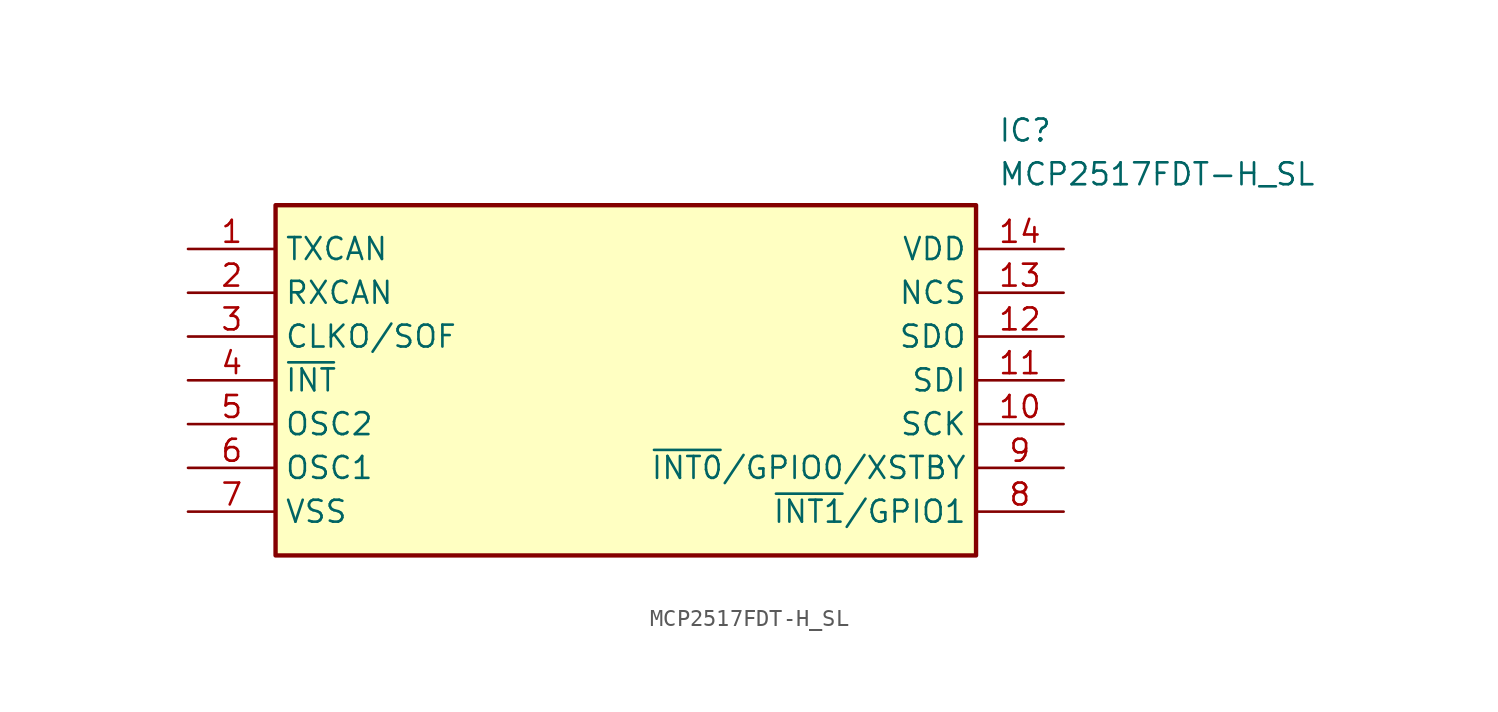
<source format=kicad_sym>
(kicad_symbol_lib
  (version 20211014)
  (generator SamacSys_ECAD_Model)
  (symbol "MCP2517FDT-H_SL"
    (property "Reference" "IC"
      (at 46.99 7.62 0)
      (effects (font (size 1.27 1.27)) (justify left top)))
    (property "Value" "MCP2517FDT-H_SL"
      (at 46.99 5.08 0)
      (effects (font (size 1.27 1.27)) (justify left top)))
    (rectangle
      (start 5.08 2.54)
      (end 45.72 -17.78)
      (stroke (width 0.254) (type default))
      (fill (type background)))
    (pin passive line
      (at 0 0 0)
      (length 5.08)
      (name "TXCAN" (effects (font (size 1.27 1.27))))
      (number "1" (effects (font (size 1.27 1.27)))))
    (pin passive line
      (at 0 -2.54 0)
      (length 5.08)
      (name "RXCAN" (effects (font (size 1.27 1.27))))
      (number "2" (effects (font (size 1.27 1.27)))))
    (pin passive line
      (at 0 -5.08 0)
      (length 5.08)
      (name "CLKO/SOF" (effects (font (size 1.27 1.27))))
      (number "3" (effects (font (size 1.27 1.27)))))
    (pin passive line
      (at 0 -7.62 0)
      (length 5.08)
      (name "~{INT}" (effects (font (size 1.27 1.27))))
      (number "4" (effects (font (size 1.27 1.27)))))
    (pin passive line
      (at 0 -10.16 0)
      (length 5.08)
      (name "OSC2" (effects (font (size 1.27 1.27))))
      (number "5" (effects (font (size 1.27 1.27)))))
    (pin passive line
      (at 0 -12.7 0)
      (length 5.08)
      (name "OSC1" (effects (font (size 1.27 1.27))))
      (number "6" (effects (font (size 1.27 1.27)))))
    (pin passive line
      (at 0 -15.24 0)
      (length 5.08)
      (name "VSS" (effects (font (size 1.27 1.27))))
      (number "7" (effects (font (size 1.27 1.27)))))
    (pin passive line
      (at 50.8 0 180)
      (length 5.08)
      (name "VDD" (effects (font (size 1.27 1.27))))
      (number "14" (effects (font (size 1.27 1.27)))))
    (pin passive line
      (at 50.8 -2.54 180)
      (length 5.08)
      (name "NCS" (effects (font (size 1.27 1.27))))
      (number "13" (effects (font (size 1.27 1.27)))))
    (pin passive line
      (at 50.8 -5.08 180)
      (length 5.08)
      (name "SDO" (effects (font (size 1.27 1.27))))
      (number "12" (effects (font (size 1.27 1.27)))))
    (pin passive line
      (at 50.8 -7.62 180)
      (length 5.08)
      (name "SDI" (effects (font (size 1.27 1.27))))
      (number "11" (effects (font (size 1.27 1.27)))))
    (pin passive line
      (at 50.8 -10.16 180)
      (length 5.08)
      (name "SCK" (effects (font (size 1.27 1.27))))
      (number "10" (effects (font (size 1.27 1.27)))))
    (pin passive line
      (at 50.8 -12.7 180)
      (length 5.08)
      (name "~{INT0}/GPIO0/XSTBY" (effects (font (size 1.27 1.27))))
      (number "9" (effects (font (size 1.27 1.27)))))
    (pin passive line
      (at 50.8 -15.24 180)
      (length 5.08)
      (name "~{INT1}/GPIO1" (effects (font (size 1.27 1.27))))
      (number "8" (effects (font (size 1.27 1.27)))))))
</source>
